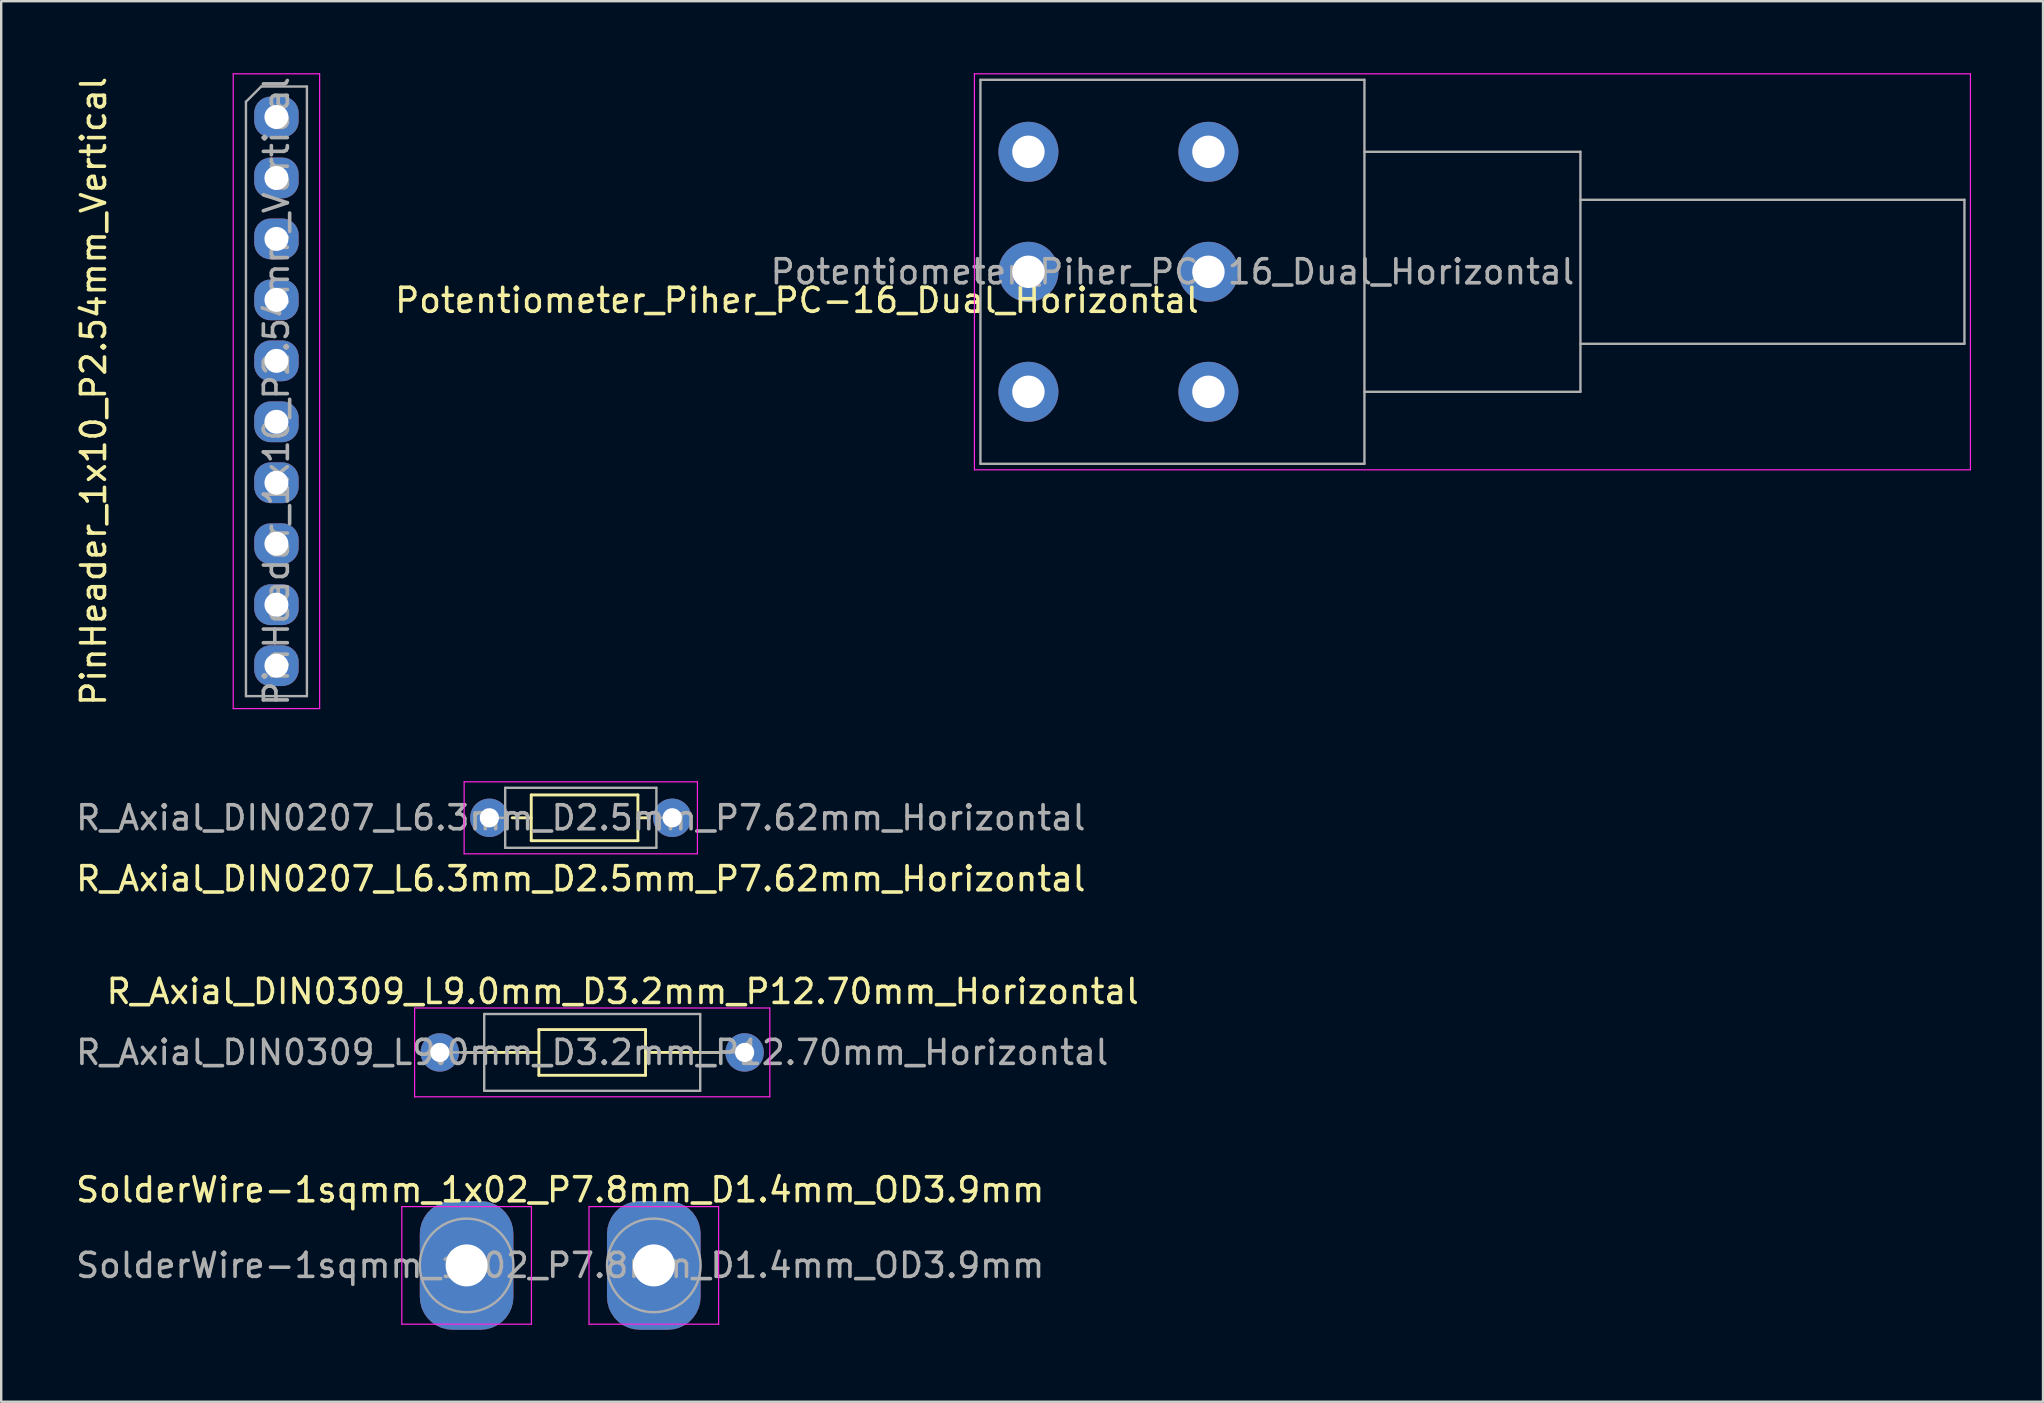
<source format=kicad_pcb>
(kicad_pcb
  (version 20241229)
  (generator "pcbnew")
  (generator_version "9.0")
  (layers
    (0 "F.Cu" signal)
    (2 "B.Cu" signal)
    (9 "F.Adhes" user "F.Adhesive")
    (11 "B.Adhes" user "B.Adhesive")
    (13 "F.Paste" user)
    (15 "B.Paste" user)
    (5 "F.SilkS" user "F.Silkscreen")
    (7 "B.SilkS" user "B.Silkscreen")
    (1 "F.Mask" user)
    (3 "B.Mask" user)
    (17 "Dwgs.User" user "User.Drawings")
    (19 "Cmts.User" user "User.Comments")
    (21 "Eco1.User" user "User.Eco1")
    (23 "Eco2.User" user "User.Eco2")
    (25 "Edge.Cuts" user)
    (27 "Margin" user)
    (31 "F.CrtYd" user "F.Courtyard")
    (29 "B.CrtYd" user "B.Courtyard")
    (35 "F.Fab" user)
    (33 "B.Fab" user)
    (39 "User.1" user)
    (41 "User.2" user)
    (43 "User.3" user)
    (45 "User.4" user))
  (footprint "R_Axial_DIN0207_L6.3mm_D2.5mm_P7.62mm_Horizontal"
    (layer "F.Cu")
    (at 17.339 31.025)
    (property "Reference" "R_Axial_DIN0207_L6.3mm_D2.5mm_P7.62mm_Horizontal" (at 3.81 2.54 180) (layer "F.SilkS") (effects (font (size 1 1) (thickness 0.15))))
    (attr through_hole)
    (fp_line (start 0.953 0) (end 1.746 0) (stroke (width 0.12) (type solid)) (layer "F.SilkS"))
    (fp_line (start 1.746 -0.953) (end 1.746 0.953) (stroke (width 0.12) (type solid)) (layer "F.SilkS"))
    (fp_line (start 1.746 0.953) (end 6.191 0.953) (stroke (width 0.12) (type solid)) (layer "F.SilkS"))
    (fp_line (start 6.191 -0.953) (end 1.746 -0.953) (stroke (width 0.12) (type solid)) (layer "F.SilkS"))
    (fp_line (start 6.191 0.953) (end 6.191 -0.953) (stroke (width 0.12) (type solid)) (layer "F.SilkS"))
    (fp_line (start 6.668 0) (end 6.191 0) (stroke (width 0.12) (type solid)) (layer "F.SilkS"))
    (fp_line (start -1.05 -1.5) (end -1.05 1.5) (stroke (width 0.05) (type solid)) (layer "F.CrtYd"))
    (fp_line (start -1.05 1.5) (end 8.67 1.5) (stroke (width 0.05) (type solid)) (layer "F.CrtYd"))
    (fp_line (start 8.67 -1.5) (end -1.05 -1.5) (stroke (width 0.05) (type solid)) (layer "F.CrtYd"))
    (fp_line (start 8.67 1.5) (end 8.67 -1.5) (stroke (width 0.05) (type solid)) (layer "F.CrtYd"))
    (fp_line (start 0 0) (end 0.66 0) (stroke (width 0.1) (type solid)) (layer "F.Fab"))
    (fp_line (start 0.66 -1.25) (end 0.66 1.25) (stroke (width 0.1) (type solid)) (layer "F.Fab"))
    (fp_line (start 0.66 1.25) (end 6.96 1.25) (stroke (width 0.1) (type solid)) (layer "F.Fab"))
    (fp_line (start 6.96 -1.25) (end 0.66 -1.25) (stroke (width 0.1) (type solid)) (layer "F.Fab"))
    (fp_line (start 6.96 1.25) (end 6.96 -1.25) (stroke (width 0.1) (type solid)) (layer "F.Fab"))
    (fp_line (start 7.62 0) (end 6.96 0) (stroke (width 0.1) (type solid)) (layer "F.Fab"))
    (fp_text user "${REFERENCE}" (at 3.81 0 180) (layer "F.Fab") (effects (font (size 1 1) (thickness 0.15))))
    (pad "1" thru_hole circle (at 0 0) (size 1.6 1.6) (drill 0.8) (layers "*.Cu" "*.Mask"))
    (pad "2" thru_hole oval (at 7.62 0) (size 1.6 1.6) (drill 0.8) (layers "*.Cu" "*.Mask")))
  (footprint "PinHeader_1x10_P2.54mm_Vertical"
    (layer "F.Cu")
    (at 8.468 1.825)
    (property "Reference" "PinHeader_1x10_P2.54mm_Vertical" (at -7.62 11.43 270) (layer "F.SilkS") (effects (font (size 1 1) (thickness 0.15))))
    (attr through_hole exclude_from_bom)
    (fp_line (start -1.8 -1.8) (end -1.8 24.65) (stroke (width 0.05) (type solid)) (layer "F.CrtYd"))
    (fp_line (start -1.8 24.65) (end 1.8 24.65) (stroke (width 0.05) (type solid)) (layer "F.CrtYd"))
    (fp_line (start 1.8 -1.8) (end -1.8 -1.8) (stroke (width 0.05) (type solid)) (layer "F.CrtYd"))
    (fp_line (start 1.8 24.65) (end 1.8 -1.8) (stroke (width 0.05) (type solid)) (layer "F.CrtYd"))
    (fp_line (start -1.27 -0.635) (end -0.635 -1.27) (stroke (width 0.1) (type solid)) (layer "F.Fab"))
    (fp_line (start -1.27 24.13) (end -1.27 -0.635) (stroke (width 0.1) (type solid)) (layer "F.Fab"))
    (fp_line (start -0.635 -1.27) (end 1.27 -1.27) (stroke (width 0.1) (type solid)) (layer "F.Fab"))
    (fp_line (start 1.27 -1.27) (end 1.27 24.13) (stroke (width 0.1) (type solid)) (layer "F.Fab"))
    (fp_line (start 1.27 24.13) (end -1.27 24.13) (stroke (width 0.1) (type solid)) (layer "F.Fab"))
    (fp_text user "${REFERENCE}" (at 0 11.43 90) (layer "F.Fab") (effects (font (size 1 1) (thickness 0.15))))
    (pad "1" thru_hole roundrect (at 0 0) (size 1.85 1.7) (drill 1) (layers "*.Cu" "*.Mask") (roundrect_rratio 0.4))
    (pad "2" thru_hole roundrect (at 0 2.54) (size 1.85 1.7) (drill 1) (layers "*.Cu" "*.Mask") (roundrect_rratio 0.4))
    (pad "3" thru_hole roundrect (at 0 5.08) (size 1.85 1.7) (drill 1) (layers "*.Cu" "*.Mask") (roundrect_rratio 0.4))
    (pad "4" thru_hole roundrect (at 0 7.62) (size 1.85 1.7) (drill 1) (layers "*.Cu" "*.Mask") (roundrect_rratio 0.4))
    (pad "5" thru_hole roundrect (at 0 10.16) (size 1.85 1.7) (drill 1) (layers "*.Cu" "*.Mask") (roundrect_rratio 0.4))
    (pad "6" thru_hole roundrect (at 0 12.7) (size 1.85 1.7) (drill 1) (layers "*.Cu" "*.Mask") (roundrect_rratio 0.4))
    (pad "7" thru_hole roundrect (at 0 15.24) (size 1.85 1.7) (drill 1) (layers "*.Cu" "*.Mask") (roundrect_rratio 0.4))
    (pad "8" thru_hole roundrect (at 0 17.78) (size 1.85 1.7) (drill 1) (layers "*.Cu" "*.Mask") (roundrect_rratio 0.4))
    (pad "9" thru_hole roundrect (at 0 20.32) (size 1.85 1.7) (drill 1) (layers "*.Cu" "*.Mask") (roundrect_rratio 0.4))
    (pad "10" thru_hole roundrect (at 0 22.86) (size 1.85 1.7) (drill 1) (layers "*.Cu" "*.Mask") (roundrect_rratio 0.4)))
  (footprint "Potentiometer_Piher_PC-16_Dual_Horizontal"
    (layer "F.Cu")
    (at 47.301 13.275)
    (property "Reference" "Potentiometer_Piher_PC-16_Dual_Horizontal" (at -17.145 -3.81 180) (layer "F.SilkS") (effects (font (size 1 1) (thickness 0.15))))
    (attr through_hole)
    (fp_line (start -9.75 -13.25) (end -9.75 3.25) (stroke (width 0.05) (type solid)) (layer "F.CrtYd"))
    (fp_line (start -9.75 3.25) (end 31.75 3.25) (stroke (width 0.05) (type solid)) (layer "F.CrtYd"))
    (fp_line (start 31.75 -13.25) (end -9.75 -13.25) (stroke (width 0.05) (type solid)) (layer "F.CrtYd"))
    (fp_line (start 31.75 3.25) (end 31.75 -13.25) (stroke (width 0.05) (type solid)) (layer "F.CrtYd"))
    (fp_line (start -9.5 -13) (end -9.5 3) (stroke (width 0.1) (type solid)) (layer "F.Fab"))
    (fp_line (start -9.5 3) (end 6.5 3) (stroke (width 0.1) (type solid)) (layer "F.Fab"))
    (fp_line (start 6.5 -13) (end -9.5 -13) (stroke (width 0.1) (type solid)) (layer "F.Fab"))
    (fp_line (start 6.5 0) (end 15.5 0) (stroke (width 0.1) (type solid)) (layer "F.Fab"))
    (fp_line (start 6.5 3) (end 6.5 -13) (stroke (width 0.1) (type solid)) (layer "F.Fab"))
    (fp_line (start 15.5 -10) (end 6.5 -10) (stroke (width 0.1) (type solid)) (layer "F.Fab"))
    (fp_line (start 15.5 -2) (end 31.5 -2) (stroke (width 0.1) (type solid)) (layer "F.Fab"))
    (fp_line (start 15.5 0) (end 15.5 -10) (stroke (width 0.1) (type solid)) (layer "F.Fab"))
    (fp_line (start 31.5 -8) (end 15.5 -8) (stroke (width 0.1) (type solid)) (layer "F.Fab"))
    (fp_line (start 31.5 -2) (end 31.5 -8) (stroke (width 0.1) (type solid)) (layer "F.Fab"))
    (fp_text user "${REFERENCE}" (at -1.5 -5 180) (layer "F.Fab") (effects (font (size 1 1) (thickness 0.15))))
    (pad "1" thru_hole circle (at 0 0) (size 2.5 2.5) (drill 1.35) (layers "*.Cu" "*.Mask"))
    (pad "2" thru_hole circle (at 0 -5) (size 2.5 2.5) (drill 1.35) (layers "*.Cu" "*.Mask"))
    (pad "3" thru_hole circle (at 0 -10) (size 2.5 2.5) (drill 1.35) (layers "*.Cu" "*.Mask"))
    (pad "4" thru_hole circle (at -7.5 0) (size 2.5 2.5) (drill 1.35) (layers "*.Cu" "*.Mask"))
    (pad "5" thru_hole circle (at -7.5 -5) (size 2.5 2.5) (drill 1.35) (layers "*.Cu" "*.Mask"))
    (pad "6" thru_hole circle (at -7.5 -10) (size 2.5 2.5) (drill 1.35) (layers "*.Cu" "*.Mask")))
  (footprint "R_Axial_DIN0309_L9.0mm_D3.2mm_P12.70mm_Horizontal"
    (layer "F.Cu")
    (at 15.275 40.801)
    (property "Reference" "R_Axial_DIN0309_L9.0mm_D3.2mm_P12.70mm_Horizontal" (at 7.62 -2.54 0) (layer "F.SilkS") (effects (font (size 1 1) (thickness 0.15))))
    (attr through_hole)
    (fp_line (start 0.953 0) (end 4.128 0) (stroke (width 0.12) (type solid)) (layer "F.SilkS"))
    (fp_line (start 4.128 -0.953) (end 4.128 0.953) (stroke (width 0.12) (type solid)) (layer "F.SilkS"))
    (fp_line (start 4.128 0.953) (end 8.572 0.953) (stroke (width 0.12) (type solid)) (layer "F.SilkS"))
    (fp_line (start 8.572 -0.953) (end 4.128 -0.953) (stroke (width 0.12) (type solid)) (layer "F.SilkS"))
    (fp_line (start 8.572 0) (end 11.748 0) (stroke (width 0.12) (type solid)) (layer "F.SilkS"))
    (fp_line (start 8.572 0.953) (end 8.572 -0.953) (stroke (width 0.12) (type solid)) (layer "F.SilkS"))
    (fp_line (start -1.05 -1.85) (end -1.05 1.85) (stroke (width 0.05) (type solid)) (layer "F.CrtYd"))
    (fp_line (start -1.05 1.85) (end 13.75 1.85) (stroke (width 0.05) (type solid)) (layer "F.CrtYd"))
    (fp_line (start 13.75 -1.85) (end -1.05 -1.85) (stroke (width 0.05) (type solid)) (layer "F.CrtYd"))
    (fp_line (start 13.75 1.85) (end 13.75 -1.85) (stroke (width 0.05) (type solid)) (layer "F.CrtYd"))
    (fp_line (start 0 0) (end 1.85 0) (stroke (width 0.1) (type solid)) (layer "F.Fab"))
    (fp_line (start 1.85 -1.6) (end 1.85 1.6) (stroke (width 0.1) (type solid)) (layer "F.Fab"))
    (fp_line (start 1.85 1.6) (end 10.85 1.6) (stroke (width 0.1) (type solid)) (layer "F.Fab"))
    (fp_line (start 10.85 -1.6) (end 1.85 -1.6) (stroke (width 0.1) (type solid)) (layer "F.Fab"))
    (fp_line (start 10.85 1.6) (end 10.85 -1.6) (stroke (width 0.1) (type solid)) (layer "F.Fab"))
    (fp_line (start 12.7 0) (end 10.85 0) (stroke (width 0.1) (type solid)) (layer "F.Fab"))
    (fp_text user "${REFERENCE}" (at 6.35 0 0) (layer "F.Fab") (effects (font (size 1 1) (thickness 0.15))))
    (pad "1" thru_hole circle (at 0 0) (size 1.6 1.6) (drill 0.8) (layers "*.Cu" "*.Mask"))
    (pad "2" thru_hole oval (at 12.7 0) (size 1.6 1.6) (drill 0.8) (layers "*.Cu" "*.Mask")))
  (footprint "SolderWire-1sqmm_1x02_P7.8mm_D1.4mm_OD3.9mm"
    (layer "F.Cu")
    (at 16.392 49.675)
    (property "Reference" "SolderWire-1sqmm_1x02_P7.8mm_D1.4mm_OD3.9mm" (at 3.9 -3.15 0) (layer "F.SilkS") (effects (font (size 1 1) (thickness 0.15))))
    (attr exclude_from_pos_files)
    (fp_line (start -2.7 -2.45) (end -2.7 2.45) (stroke (width 0.05) (type solid)) (layer "F.CrtYd"))
    (fp_line (start -2.7 2.45) (end 2.7 2.45) (stroke (width 0.05) (type solid)) (layer "F.CrtYd"))
    (fp_line (start 2.7 -2.45) (end -2.7 -2.45) (stroke (width 0.05) (type solid)) (layer "F.CrtYd"))
    (fp_line (start 2.7 2.45) (end 2.7 -2.45) (stroke (width 0.05) (type solid)) (layer "F.CrtYd"))
    (fp_line (start 5.1 -2.45) (end 5.1 2.45) (stroke (width 0.05) (type solid)) (layer "F.CrtYd"))
    (fp_line (start 5.1 2.45) (end 10.5 2.45) (stroke (width 0.05) (type solid)) (layer "F.CrtYd"))
    (fp_line (start 10.5 -2.45) (end 5.1 -2.45) (stroke (width 0.05) (type solid)) (layer "F.CrtYd"))
    (fp_line (start 10.5 2.45) (end 10.5 -2.45) (stroke (width 0.05) (type solid)) (layer "F.CrtYd"))
    (fp_circle (center 0 0) (end 1.95 0) (stroke (width 0.1) (type solid)) (fill no) (layer "F.Fab"))
    (fp_circle (center 7.8 0) (end 9.75 0) (stroke (width 0.1) (type solid)) (fill no) (layer "F.Fab"))
    (fp_text user "${REFERENCE}" (at 3.9 0 180) (layer "F.Fab") (effects (font (size 1 1) (thickness 0.15))))
    (pad "1" thru_hole roundrect (at 0 0 90) (size 5.36 3.9) (drill 1.75) (layers "*.Cu" "*.Mask") (roundrect_rratio 0.35))
    (pad "2" thru_hole roundrect (at 7.8 0 90) (size 5.36 3.9) (drill 1.75) (layers "*.Cu" "*.Mask") (roundrect_rratio 0.35)))
  (gr_rect
    (start -3 -3)
    (end 82.076 55.355)
    (stroke (width 0.1) (type default))
    (fill no)
    (layer "Edge.Cuts")))
</source>
